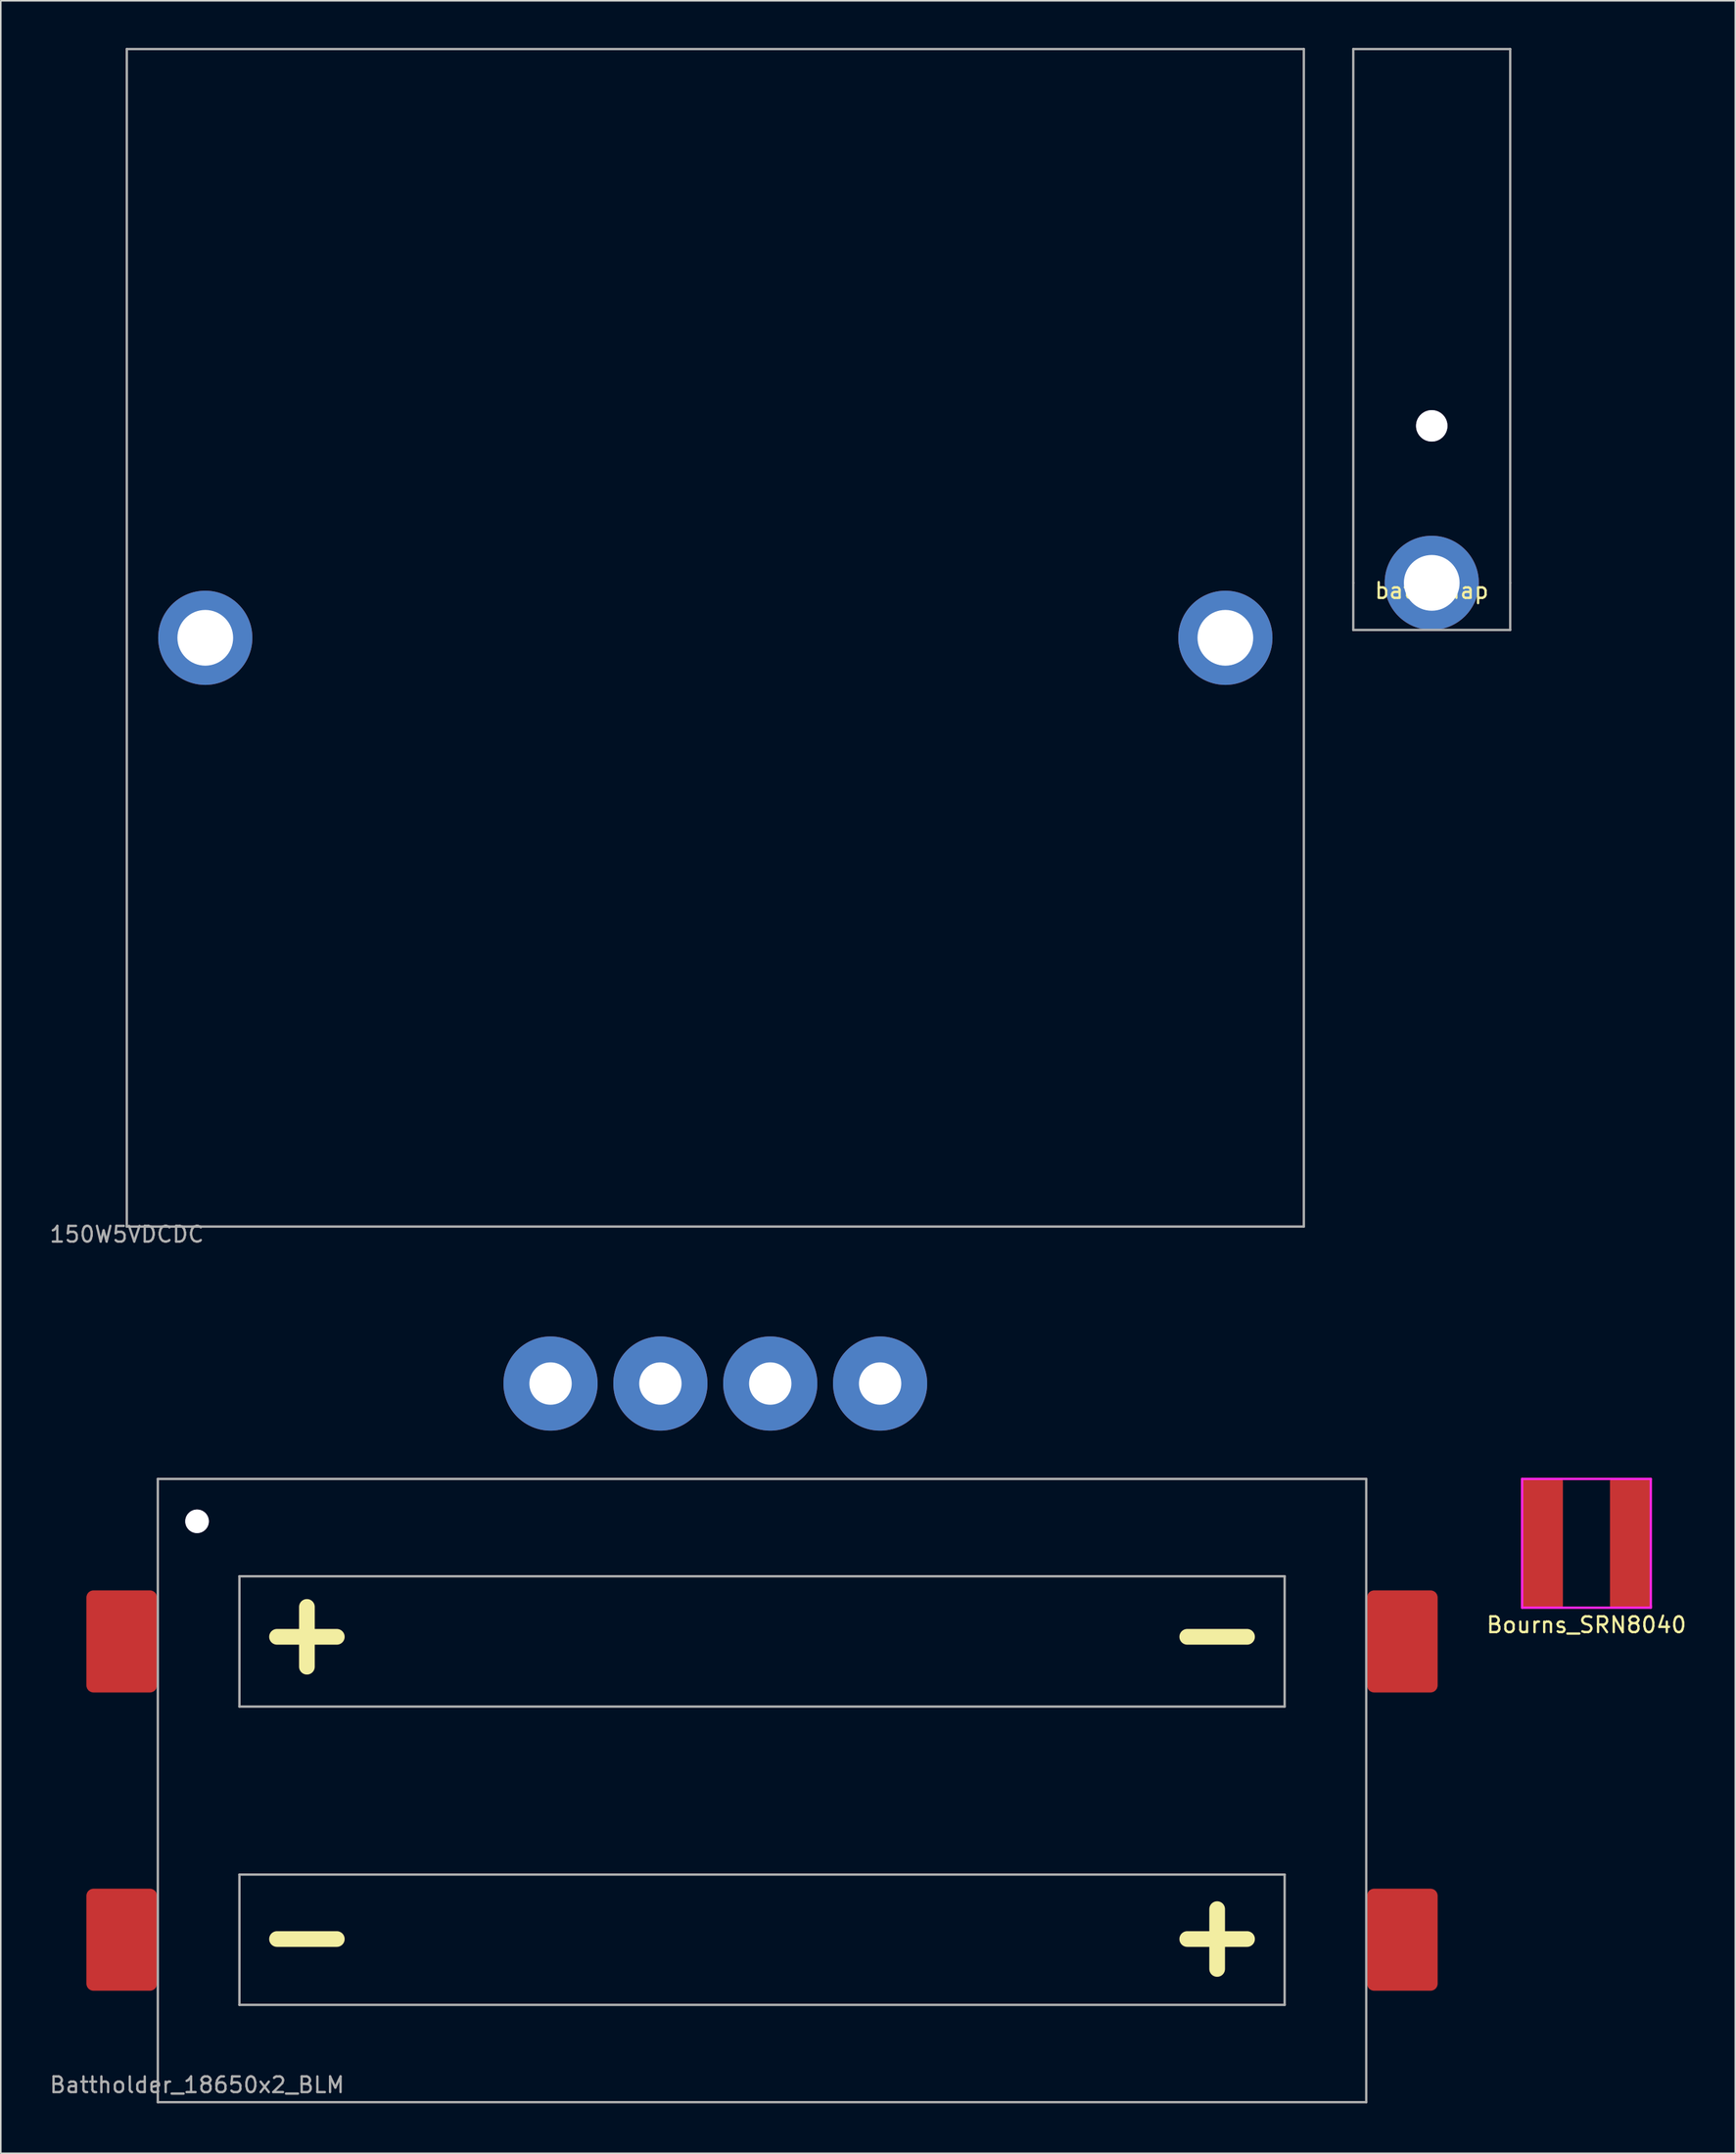
<source format=kicad_pcb>
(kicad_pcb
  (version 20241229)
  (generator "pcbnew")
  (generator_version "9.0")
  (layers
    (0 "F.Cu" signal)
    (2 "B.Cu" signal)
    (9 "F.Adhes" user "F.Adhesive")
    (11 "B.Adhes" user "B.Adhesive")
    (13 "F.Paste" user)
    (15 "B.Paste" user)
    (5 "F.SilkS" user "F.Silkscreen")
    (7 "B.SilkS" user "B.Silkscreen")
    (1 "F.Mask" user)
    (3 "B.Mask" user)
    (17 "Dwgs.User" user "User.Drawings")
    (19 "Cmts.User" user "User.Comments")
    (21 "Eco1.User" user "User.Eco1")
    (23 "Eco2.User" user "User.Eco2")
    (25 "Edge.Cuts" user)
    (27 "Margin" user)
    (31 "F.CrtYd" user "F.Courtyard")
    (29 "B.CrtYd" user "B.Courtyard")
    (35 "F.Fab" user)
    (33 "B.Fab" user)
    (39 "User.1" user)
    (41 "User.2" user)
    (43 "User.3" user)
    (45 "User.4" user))
  (footprint "Bourns_SRN8040"
    (layer "F.Cu")
    (at 98.038 95.25)
    (property "Reference" "Bourns_SRN8040" (at 0 5.2 0) (layer "F.SilkS") (effects (font (size 1 1) (thickness 0.15))))
    (attr through_hole)
    (fp_line (start -4.1 -4.1) (end -4.1 4.1) (stroke (width 0.15) (type solid)) (layer "F.CrtYd"))
    (fp_line (start -4.1 -4.1) (end 4.1 -4.1) (stroke (width 0.15) (type solid)) (layer "F.CrtYd"))
    (fp_line (start 4.1 -4.1) (end 4.1 4) (stroke (width 0.15) (type solid)) (layer "F.CrtYd"))
    (fp_line (start 4.1 4) (end 4.1 4.1) (stroke (width 0.15) (type solid)) (layer "F.CrtYd"))
    (fp_line (start 4.1 4.1) (end -4.1 4.1) (stroke (width 0.15) (type solid)) (layer "F.CrtYd"))
    (pad "1" smd roundrect (at -2.8 0) (size 2.6 8.2) (layers "F.Cu" "F.Mask" "F.Paste") (roundrect_rratio 0.05))
    (pad "2" smd roundrect (at 2.8 0) (size 2.6 8.2) (layers "F.Cu" "F.Mask" "F.Paste") (roundrect_rratio 0.05)))
  (footprint "150W5VDCDC"
    (layer "F.Cu")
    (at 5.03 75.075)
    (property "Reference" "150W5VDCDC" (at 0 0.5 0) (layer "F.Fab") (effects (font (size 1 1) (thickness 0.15))))
    (attr through_hole)
    (fp_line (start 0 -75) (end 0 0) (stroke (width 0.15) (type solid)) (layer "F.Fab"))
    (fp_line (start 0 0) (end 75 0) (stroke (width 0.15) (type solid)) (layer "F.Fab"))
    (fp_line (start 75 -75) (end 0 -75) (stroke (width 0.15) (type solid)) (layer "F.Fab"))
    (fp_line (start 75 0) (end 75 -75) (stroke (width 0.15) (type solid)) (layer "F.Fab"))
    (pad "1" thru_hole circle (at 48 10) (size 6 6) (drill 2.7) (layers "*.Cu" "*.Mask"))
    (pad "2" thru_hole circle (at 41 10) (size 6 6) (drill 2.7) (layers "*.Cu" "*.Mask"))
    (pad "3" thru_hole circle (at 34 10) (size 6 6) (drill 2.7) (layers "*.Cu" "*.Mask"))
    (pad "4" thru_hole circle (at 27 10) (size 6 6) (drill 2.7) (layers "*.Cu" "*.Mask"))
    (pad "~" thru_hole circle (at 5 -37.5) (size 6 6) (drill 3.55) (layers "*.Cu" "*.Mask"))
    (pad "~" thru_hole circle (at 70 -37.5) (size 6 6) (drill 3.55) (layers "*.Cu" "*.Mask")))
  (footprint "batt_snap"
    (layer "F.Cu")
    (at 88.18 34.075)
    (property "Reference" "batt_snap" (at 0 0.5 0) (layer "F.SilkS") (effects (font (size 1 1) (thickness 0.15))))
    (attr through_hole)
    (fp_arc (start -2.321192 -0.928476) (mid -1.680252 -1.851149) (end -0.7 -2.4) (stroke (width 1) (type solid)) (layer "F.Paste"))
    (fp_arc (start -0.686428 2.353469) (mid -1.800096 1.664228) (end -2.4 0.5) (stroke (width 1) (type solid)) (layer "F.Paste"))
    (fp_arc (start 0.70835 -2.428629) (mid 1.754585 -1.822479) (end 2.4 -0.8) (stroke (width 1) (type solid)) (layer "F.Paste"))
    (fp_arc (start 2.371025 0.691549) (mid 1.822548 1.666829) (end 0.9 2.3) (stroke (width 1) (type solid)) (layer "F.Paste"))
    (fp_line (start -5 -34) (end -5 0) (stroke (width 0.15) (type solid)) (layer "F.Fab"))
    (fp_line (start -5 0) (end -5 3) (stroke (width 0.15) (type solid)) (layer "F.Fab"))
    (fp_line (start -5 3) (end 5 3) (stroke (width 0.15) (type solid)) (layer "F.Fab"))
    (fp_line (start 5 -34) (end -5 -34) (stroke (width 0.15) (type solid)) (layer "F.Fab"))
    (fp_line (start 5 0) (end 5 -34) (stroke (width 0.15) (type solid)) (layer "F.Fab"))
    (fp_line (start 5 3) (end 5 0) (stroke (width 0.15) (type solid)) (layer "F.Fab"))
    (pad "~" thru_hole circle (at 0 -10) (size 2 2) (drill 2) (layers "*.Cu" "*.Mask"))
    (pad "~" thru_hole circle (at 0 0) (size 6 6) (drill 3.55) (layers "*.Cu" "*.Mask")))
  (footprint "Battholder_18650x2_BLM"
    (layer "F.Cu")
    (at 7.006 130.85)
    (property "Reference" "Battholder_18650x2_BLM" (at 2.5 -1.1 0) (layer "F.Fab") (effects (font (size 1 1) (thickness 0.15))))
    (attr through_hole)
    (fp_line (start 0 -39.7) (end 0 0) (stroke (width 0.15) (type solid)) (layer "F.Fab"))
    (fp_line (start 0 0) (end 77 0) (stroke (width 0.15) (type solid)) (layer "F.Fab"))
    (fp_line (start 5.2 -25.2) (end 5.2 -33.5) (stroke (width 0.15) (type solid)) (layer "F.Fab"))
    (fp_line (start 5.2 -25.2) (end 71.8 -25.2) (stroke (width 0.15) (type solid)) (layer "F.Fab"))
    (fp_line (start 5.2 -6.2) (end 5.2 -14.5) (stroke (width 0.15) (type solid)) (layer "F.Fab"))
    (fp_line (start 5.2 -6.2) (end 71.8 -6.2) (stroke (width 0.15) (type solid)) (layer "F.Fab"))
    (fp_line (start 71.8 -33.5) (end 5.2 -33.5) (stroke (width 0.15) (type solid)) (layer "F.Fab"))
    (fp_line (start 71.8 -25.2) (end 71.8 -33.5) (stroke (width 0.15) (type solid)) (layer "F.Fab"))
    (fp_line (start 71.8 -14.5) (end 5.2 -14.5) (stroke (width 0.15) (type solid)) (layer "F.Fab"))
    (fp_line (start 71.8 -6.2) (end 71.8 -14.5) (stroke (width 0.15) (type solid)) (layer "F.Fab"))
    (fp_line (start 77 -39.7) (end 0 -39.7) (stroke (width 0.15) (type solid)) (layer "F.Fab"))
    (fp_line (start 77 0) (end 77 -39.7) (stroke (width 0.15) (type solid)) (layer "F.Fab"))
    (fp_text user "-" (at 9.5 -10.75 0) (layer "F.SilkS") (effects (font (size 5 5) (thickness 1))))
    (fp_text user "+" (at 67.5 -10.75 0) (layer "F.SilkS") (effects (font (size 5 5) (thickness 1))))
    (fp_text user "+" (at 9.5 -30 0) (layer "F.SilkS") (effects (font (size 5 5) (thickness 1))))
    (fp_text user "-" (at 67.5 -30 0) (layer "F.SilkS") (effects (font (size 5 5) (thickness 1))))
    (pad "1" smd roundrect (at -2.3 -29.35) (size 4.5 6.5) (layers "F.Cu" "F.Mask" "F.Paste") (roundrect_rratio 0.1))
    (pad "2" smd roundrect (at 79.3 -29.35) (size 4.5 6.5) (layers "F.Cu" "F.Mask" "F.Paste") (roundrect_rratio 0.1))
    (pad "3" smd roundrect (at 79.3 -10.35) (size 4.5 6.5) (layers "F.Cu" "F.Mask" "F.Paste") (roundrect_rratio 0.1))
    (pad "4" smd roundrect (at -2.3 -10.35) (size 4.5 6.5) (layers "F.Cu" "F.Mask" "F.Paste") (roundrect_rratio 0.1))
    (pad "~" thru_hole circle (at 2.5 -37) (size 1.5 1.5) (drill 1.5) (layers "*.Cu" "*.Mask")))
  (gr_rect
    (start -3 -3)
    (end 107.52 134.1)
    (stroke (width 0.1) (type default))
    (fill no)
    (layer "Edge.Cuts")))
</source>
